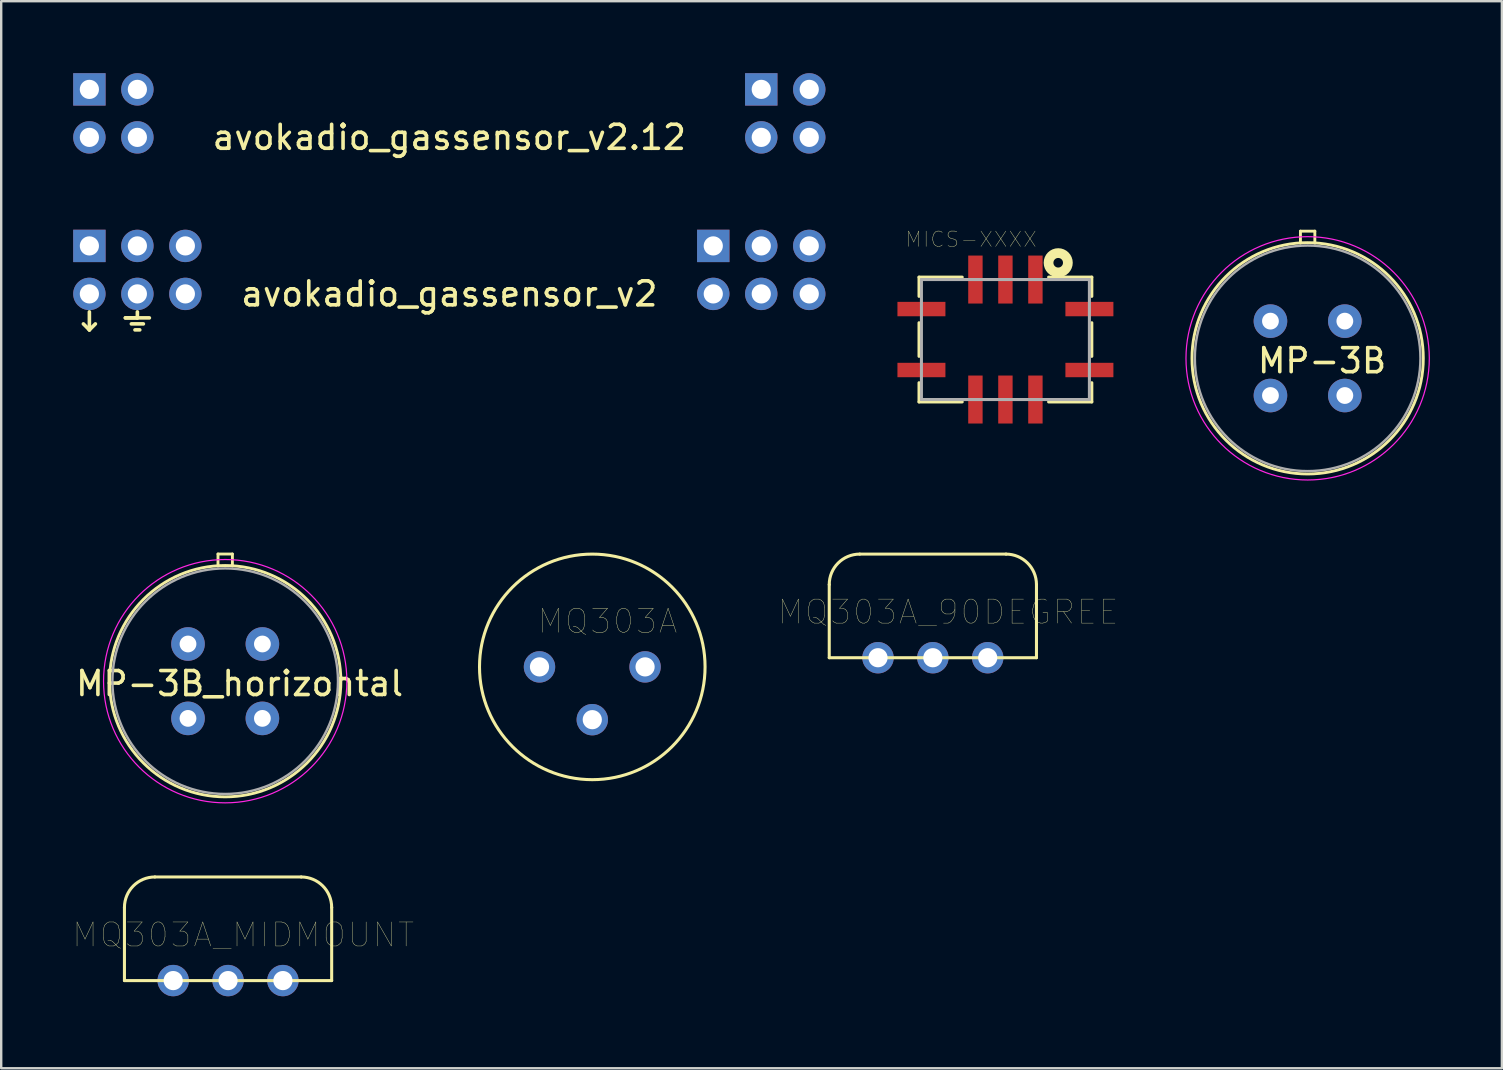
<source format=kicad_pcb>
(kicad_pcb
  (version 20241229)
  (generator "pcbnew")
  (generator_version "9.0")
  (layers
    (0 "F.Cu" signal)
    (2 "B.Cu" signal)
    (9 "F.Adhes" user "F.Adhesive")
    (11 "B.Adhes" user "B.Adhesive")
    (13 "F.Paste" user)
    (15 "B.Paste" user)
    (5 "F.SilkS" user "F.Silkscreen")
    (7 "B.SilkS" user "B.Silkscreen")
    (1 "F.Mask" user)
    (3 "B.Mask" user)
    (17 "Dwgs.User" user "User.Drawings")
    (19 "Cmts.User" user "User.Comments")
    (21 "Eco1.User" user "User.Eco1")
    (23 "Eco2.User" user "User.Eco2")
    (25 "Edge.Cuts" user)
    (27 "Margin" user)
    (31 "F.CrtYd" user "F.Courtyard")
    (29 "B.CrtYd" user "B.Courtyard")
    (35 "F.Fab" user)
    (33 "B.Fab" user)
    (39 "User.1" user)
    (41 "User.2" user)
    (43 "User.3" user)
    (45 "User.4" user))
  (footprint "avokadio_gassensor_v2"
    (layer "F.Cu")
    (at 15.675 8.198)
    (property "Reference" "avokadio_gassensor_v2" (at 0 1 0) (layer "F.SilkS") (effects (font (size 1 1) (thickness 0.15))))
    (attr through_hole)
    (fp_line (start -15 1.75) (end -15 2.5) (stroke (width 0.15) (type solid)) (layer "F.SilkS"))
    (fp_line (start -15 2.5) (end -15.25 2.25) (stroke (width 0.15) (type solid)) (layer "F.SilkS"))
    (fp_line (start -15 2.5) (end -14.75 2.25) (stroke (width 0.15) (type solid)) (layer "F.SilkS"))
    (fp_line (start -13.5 2) (end -12.5 2) (stroke (width 0.15) (type solid)) (layer "F.SilkS"))
    (fp_line (start -13.25 2.25) (end -12.75 2.25) (stroke (width 0.15) (type solid)) (layer "F.SilkS"))
    (fp_line (start -13.1 2.5) (end -12.9 2.5) (stroke (width 0.15) (type solid)) (layer "F.SilkS"))
    (fp_line (start -13 1.75) (end -13 2) (stroke (width 0.15) (type solid)) (layer "F.SilkS"))
    (fp_line (start -13 2) (end -13.5 2) (stroke (width 0.15) (type solid)) (layer "F.SilkS"))
    (pad "1" thru_hole rect (at -15 -1) (size 1.35 1.35) (drill 0.8) (layers "*.Cu" "*.Mask"))
    (pad "2" thru_hole circle (at -15 1) (size 1.35 1.35) (drill 0.8) (layers "*.Cu" "*.Mask"))
    (pad "3" thru_hole circle (at -13 -1) (size 1.35 1.35) (drill 0.8) (layers "*.Cu" "*.Mask"))
    (pad "4" thru_hole circle (at -13 1) (size 1.35 1.35) (drill 0.8) (layers "*.Cu" "*.Mask"))
    (pad "5" thru_hole circle (at -11 -1) (size 1.35 1.35) (drill 0.8) (layers "*.Cu" "*.Mask"))
    (pad "6" thru_hole circle (at -11 1) (size 1.35 1.35) (drill 0.8) (layers "*.Cu" "*.Mask"))
    (pad "7" thru_hole rect (at 11 -1) (size 1.35 1.35) (drill 0.8) (layers "*.Cu" "*.Mask"))
    (pad "8" thru_hole circle (at 11 1) (size 1.35 1.35) (drill 0.8) (layers "*.Cu" "*.Mask"))
    (pad "9" thru_hole circle (at 13 -1) (size 1.35 1.35) (drill 0.8) (layers "*.Cu" "*.Mask"))
    (pad "10" thru_hole circle (at 13 1) (size 1.35 1.35) (drill 0.8) (layers "*.Cu" "*.Mask"))
    (pad "11" thru_hole circle (at 15 -1) (size 1.35 1.35) (drill 0.8) (layers "*.Cu" "*.Mask"))
    (pad "12" thru_hole circle (at 15 1) (size 1.35 1.35) (drill 0.8) (layers "*.Cu" "*.Mask")))
  (footprint "MQ303A_90DEGREE"
    (layer "F.Cu")
    (at 35.826 24.36)
    (property "Reference" "MQ303A_90DEGREE" (at 0.635 -1.905 0) (layer "F.SilkS") (effects (font (size 1 1) (thickness 0.015))))
    (attr through_hole)
    (fp_line (start -4.318 0) (end -4.318 -3.048) (stroke (width 0.127) (type solid)) (layer "F.SilkS"))
    (fp_line (start -4.318 0) (end 4.318 0) (stroke (width 0.127) (type solid)) (layer "F.SilkS"))
    (fp_line (start 3.048 -4.318) (end -3.048 -4.318) (stroke (width 0.127) (type solid)) (layer "F.SilkS"))
    (fp_line (start 4.318 0) (end 4.318 -3.048) (stroke (width 0.127) (type solid)) (layer "F.SilkS"))
    (fp_arc (start -4.318 -3.048) (mid -3.946026 -3.946026) (end -3.048 -4.318) (stroke (width 0.127) (type solid)) (layer "F.SilkS"))
    (fp_arc (start 3.048 -4.318) (mid 3.946026 -3.946026) (end 4.318 -3.048) (stroke (width 0.127) (type solid)) (layer "F.SilkS"))
    (pad "1" thru_hole circle (at -2.286 0) (size 1.308 1.308) (drill 0.8) (layers "*.Cu" "*.Mask"))
    (pad "2" thru_hole circle (at 0 0) (size 1.308 1.308) (drill 0.8) (layers "*.Cu" "*.Mask"))
    (pad "3" thru_hole circle (at 2.286 0) (size 1.308 1.308) (drill 0.8) (layers "*.Cu" "*.Mask")))
  (footprint "MP-3B"
    (layer "F.Cu")
    (at 51.445 11.883)
    (property "Reference" "MP-3B" (at 0.6 0.1 0) (layer "F.SilkS") (effects (font (size 1 1) (thickness 0.15))))
    (attr through_hole)
    (fp_line (start -0.3 -5.3) (end 0.3 -5.3) (stroke (width 0.12) (type solid)) (layer "F.SilkS"))
    (fp_line (start -0.3 -4.8) (end -0.3 -5.3) (stroke (width 0.12) (type solid)) (layer "F.SilkS"))
    (fp_line (start 0.3 -5.3) (end 0.3 -4.8) (stroke (width 0.12) (type solid)) (layer "F.SilkS"))
    (fp_circle (center 0 0) (end 0 4.82) (stroke (width 0.12) (type solid)) (fill no) (layer "F.SilkS"))
    (fp_circle (center 0 0) (end 5.07 0) (stroke (width 0.05) (type solid)) (fill no) (layer "F.CrtYd"))
    (fp_circle (center 0 0) (end 0 4.7) (stroke (width 0.1) (type solid)) (fill no) (layer "F.Fab"))
    (pad "1" thru_hole oval (at 1.55 -1.55) (size 1.4 1.4) (drill 0.7) (layers "*.Cu" "*.Mask"))
    (pad "2" thru_hole oval (at -1.55 -1.55) (size 1.4 1.4) (drill 0.7) (layers "*.Cu" "*.Mask"))
    (pad "3" thru_hole circle (at 1.55 1.55) (size 1.4 1.4) (drill 0.7) (layers "*.Cu" "*.Mask"))
    (pad "4" thru_hole oval (at -1.55 1.55) (size 1.4 1.4) (drill 0.7) (layers "*.Cu" "*.Mask")))
  (footprint "MQ303A_MIDMOUNT"
    (layer "F.Cu")
    (at 6.454 37.815)
    (property "Reference" "MQ303A_MIDMOUNT" (at 0.635 -1.905 0) (layer "F.SilkS") (effects (font (size 1 1) (thickness 0.015))))
    (attr through_hole)
    (fp_line (start -4.318 0) (end -4.318 -3.048) (stroke (width 0.127) (type solid)) (layer "F.SilkS"))
    (fp_line (start -4.318 0) (end 4.318 0) (stroke (width 0.127) (type solid)) (layer "F.SilkS"))
    (fp_line (start 3.048 -4.318) (end -3.048 -4.318) (stroke (width 0.127) (type solid)) (layer "F.SilkS"))
    (fp_line (start 4.318 0) (end 4.318 -3.048) (stroke (width 0.127) (type solid)) (layer "F.SilkS"))
    (fp_arc (start -4.318 -3.048) (mid -3.946026 -3.946026) (end -3.048 -4.318) (stroke (width 0.127) (type solid)) (layer "F.SilkS"))
    (fp_arc (start 3.048 -4.318) (mid 3.946026 -3.946026) (end 4.318 -3.048) (stroke (width 0.127) (type solid)) (layer "F.SilkS"))
    (pad "1" thru_hole circle (at -2.286 0) (size 1.308 1.308) (drill 0.8) (layers "*.Cu" "*.Mask"))
    (pad "2" thru_hole circle (at 0 0) (size 1.308 1.308) (drill 0.8) (layers "*.Cu" "*.Mask"))
    (pad "3" thru_hole circle (at 2.286 0) (size 1.308 1.308) (drill 0.8) (layers "*.Cu" "*.Mask")))
  (footprint "MICS-XXXX"
    (layer "F.Cu")
    (at 38.85 11.1)
    (property "Reference" "MICS-XXXX" (at -1.43 -4.176 0) (layer "F.SilkS") (effects (font (size 0.64 0.64) (thickness 0.015))))
    (attr through_hole)
    (fp_line (start -3.6 -2.6) (end -1.8 -2.6) (stroke (width 0.127) (type solid)) (layer "F.SilkS"))
    (fp_line (start -3.6 -1.8) (end -3.6 -2.6) (stroke (width 0.127) (type solid)) (layer "F.SilkS"))
    (fp_line (start -3.6 -0.7) (end -3.6 0.7) (stroke (width 0.127) (type solid)) (layer "F.SilkS"))
    (fp_line (start -3.6 2.6) (end -3.6 1.8) (stroke (width 0.127) (type solid)) (layer "F.SilkS"))
    (fp_line (start -1.8 2.6) (end -3.6 2.6) (stroke (width 0.127) (type solid)) (layer "F.SilkS"))
    (fp_line (start 1.8 -2.6) (end 3.6 -2.6) (stroke (width 0.127) (type solid)) (layer "F.SilkS"))
    (fp_line (start 1.8 2.6) (end 3.6 2.6) (stroke (width 0.127) (type solid)) (layer "F.SilkS"))
    (fp_line (start 3.6 -2.6) (end 3.6 -1.8) (stroke (width 0.127) (type solid)) (layer "F.SilkS"))
    (fp_line (start 3.6 -0.7) (end 3.6 0.7) (stroke (width 0.127) (type solid)) (layer "F.SilkS"))
    (fp_line (start 3.6 2.6) (end 3.6 1.8) (stroke (width 0.127) (type solid)) (layer "F.SilkS"))
    (fp_circle (center 2.2 -3.2) (end 2.4 -3.2) (stroke (width 0.406) (type solid)) (fill no) (layer "F.SilkS"))
    (fp_line (start -3.5 -2.5) (end 3.5 -2.5) (stroke (width 0.127) (type solid)) (layer "F.Fab"))
    (fp_line (start -3.5 2.5) (end -3.5 -2.5) (stroke (width 0.127) (type solid)) (layer "F.Fab"))
    (fp_line (start 3.5 -2.5) (end 3.5 2.5) (stroke (width 0.127) (type solid)) (layer "F.Fab"))
    (fp_line (start 3.5 2.5) (end -3.5 2.5) (stroke (width 0.127) (type solid)) (layer "F.Fab"))
    (pad "A" smd rect (at 1.25 -2.5) (size 0.6 2) (layers "F.Cu" "F.Mask" "F.Paste"))
    (pad "B" smd rect (at 0 -2.5) (size 0.6 2) (layers "F.Cu" "F.Mask" "F.Paste"))
    (pad "C" smd rect (at -1.25 -2.5) (size 0.6 2) (layers "F.Cu" "F.Mask" "F.Paste"))
    (pad "D" smd rect (at -3.5 -1.27) (size 2 0.6) (layers "F.Cu" "F.Mask" "F.Paste"))
    (pad "E" smd rect (at -3.5 1.27) (size 2 0.6) (layers "F.Cu" "F.Mask" "F.Paste"))
    (pad "F" smd rect (at -1.25 2.5) (size 0.6 2) (layers "F.Cu" "F.Mask" "F.Paste"))
    (pad "G" smd rect (at 0 2.5) (size 0.6 2) (layers "F.Cu" "F.Mask" "F.Paste"))
    (pad "H" smd rect (at 1.25 2.5) (size 0.6 2) (layers "F.Cu" "F.Mask" "F.Paste"))
    (pad "J" smd rect (at 3.5 1.27) (size 2 0.6) (layers "F.Cu" "F.Mask" "F.Paste"))
    (pad "K" smd rect (at 3.5 -1.27) (size 2 0.6) (layers "F.Cu" "F.Mask" "F.Paste")))
  (footprint "MQ303A"
    (layer "F.Cu")
    (at 21.633 24.742)
    (property "Reference" "MQ303A" (at 0.635 -1.905 0) (layer "F.SilkS") (effects (font (size 1 1) (thickness 0.015))))
    (attr through_hole)
    (fp_circle (center 0 0) (end 4.7 0) (stroke (width 0.127) (type solid)) (fill no) (layer "F.SilkS"))
    (pad "1" thru_hole circle (at -2.2 0) (size 1.308 1.308) (drill 0.8) (layers "*.Cu" "*.Mask"))
    (pad "2" thru_hole circle (at 0 2.2) (size 1.308 1.308) (drill 0.8) (layers "*.Cu" "*.Mask"))
    (pad "3" thru_hole circle (at 2.2 0) (size 1.308 1.308) (drill 0.8) (layers "*.Cu" "*.Mask")))
  (footprint "MP-3B_horizontal"
    (layer "F.Cu")
    (at 6.335 25.338)
    (property "Reference" "MP-3B_horizontal" (at 0.6 0.1 0) (layer "F.SilkS") (effects (font (size 1 1) (thickness 0.15))))
    (attr through_hole)
    (fp_line (start -0.3 -5.3) (end 0.3 -5.3) (stroke (width 0.12) (type solid)) (layer "F.SilkS"))
    (fp_line (start -0.3 -4.8) (end -0.3 -5.3) (stroke (width 0.12) (type solid)) (layer "F.SilkS"))
    (fp_line (start 0.3 -5.3) (end 0.3 -4.8) (stroke (width 0.12) (type solid)) (layer "F.SilkS"))
    (fp_circle (center 0 0) (end 0 4.82) (stroke (width 0.12) (type solid)) (fill no) (layer "F.SilkS"))
    (fp_circle (center 0 0) (end 5.07 0) (stroke (width 0.05) (type solid)) (fill no) (layer "F.CrtYd"))
    (fp_circle (center 0 0) (end 0 4.7) (stroke (width 0.1) (type solid)) (fill no) (layer "F.Fab"))
    (pad "1" thru_hole oval (at 1.55 -1.55) (size 1.4 1.4) (drill 0.7) (layers "*.Cu" "*.Mask"))
    (pad "2" thru_hole oval (at -1.55 -1.55) (size 1.4 1.4) (drill 0.7) (layers "*.Cu" "*.Mask"))
    (pad "3" thru_hole circle (at 1.55 1.55) (size 1.4 1.4) (drill 0.7) (layers "*.Cu" "*.Mask"))
    (pad "4" thru_hole oval (at -1.55 1.55) (size 1.4 1.4) (drill 0.7) (layers "*.Cu" "*.Mask")))
  (footprint "avokadio_gassensor_v2.12"
    (layer "F.Cu")
    (at 15.675 1.675)
    (property "Reference" "avokadio_gassensor_v2.12" (at 0 1 0) (layer "F.SilkS") (effects (font (size 1 1) (thickness 0.15))))
    (attr through_hole)
    (pad "1" thru_hole rect (at -15 -1) (size 1.35 1.35) (drill 0.8) (layers "*.Cu" "*.Mask"))
    (pad "2" thru_hole circle (at -15 1) (size 1.35 1.35) (drill 0.8) (layers "*.Cu" "*.Mask"))
    (pad "3" thru_hole circle (at -13 -1) (size 1.35 1.35) (drill 0.8) (layers "*.Cu" "*.Mask"))
    (pad "4" thru_hole circle (at -13 1) (size 1.35 1.35) (drill 0.8) (layers "*.Cu" "*.Mask"))
    (pad "5" thru_hole rect (at 13 -1) (size 1.35 1.35) (drill 0.8) (layers "*.Cu" "*.Mask"))
    (pad "6" thru_hole circle (at 13 1) (size 1.35 1.35) (drill 0.8) (layers "*.Cu" "*.Mask"))
    (pad "7" thru_hole circle (at 15 -1) (size 1.35 1.35) (drill 0.8) (layers "*.Cu" "*.Mask"))
    (pad "8" thru_hole circle (at 15 1) (size 1.35 1.35) (drill 0.8) (layers "*.Cu" "*.Mask")))
  (gr_rect
    (start -3 -3)
    (end 59.54 41.469)
    (stroke (width 0.1) (type default))
    (fill no)
    (layer "Edge.Cuts")))
</source>
